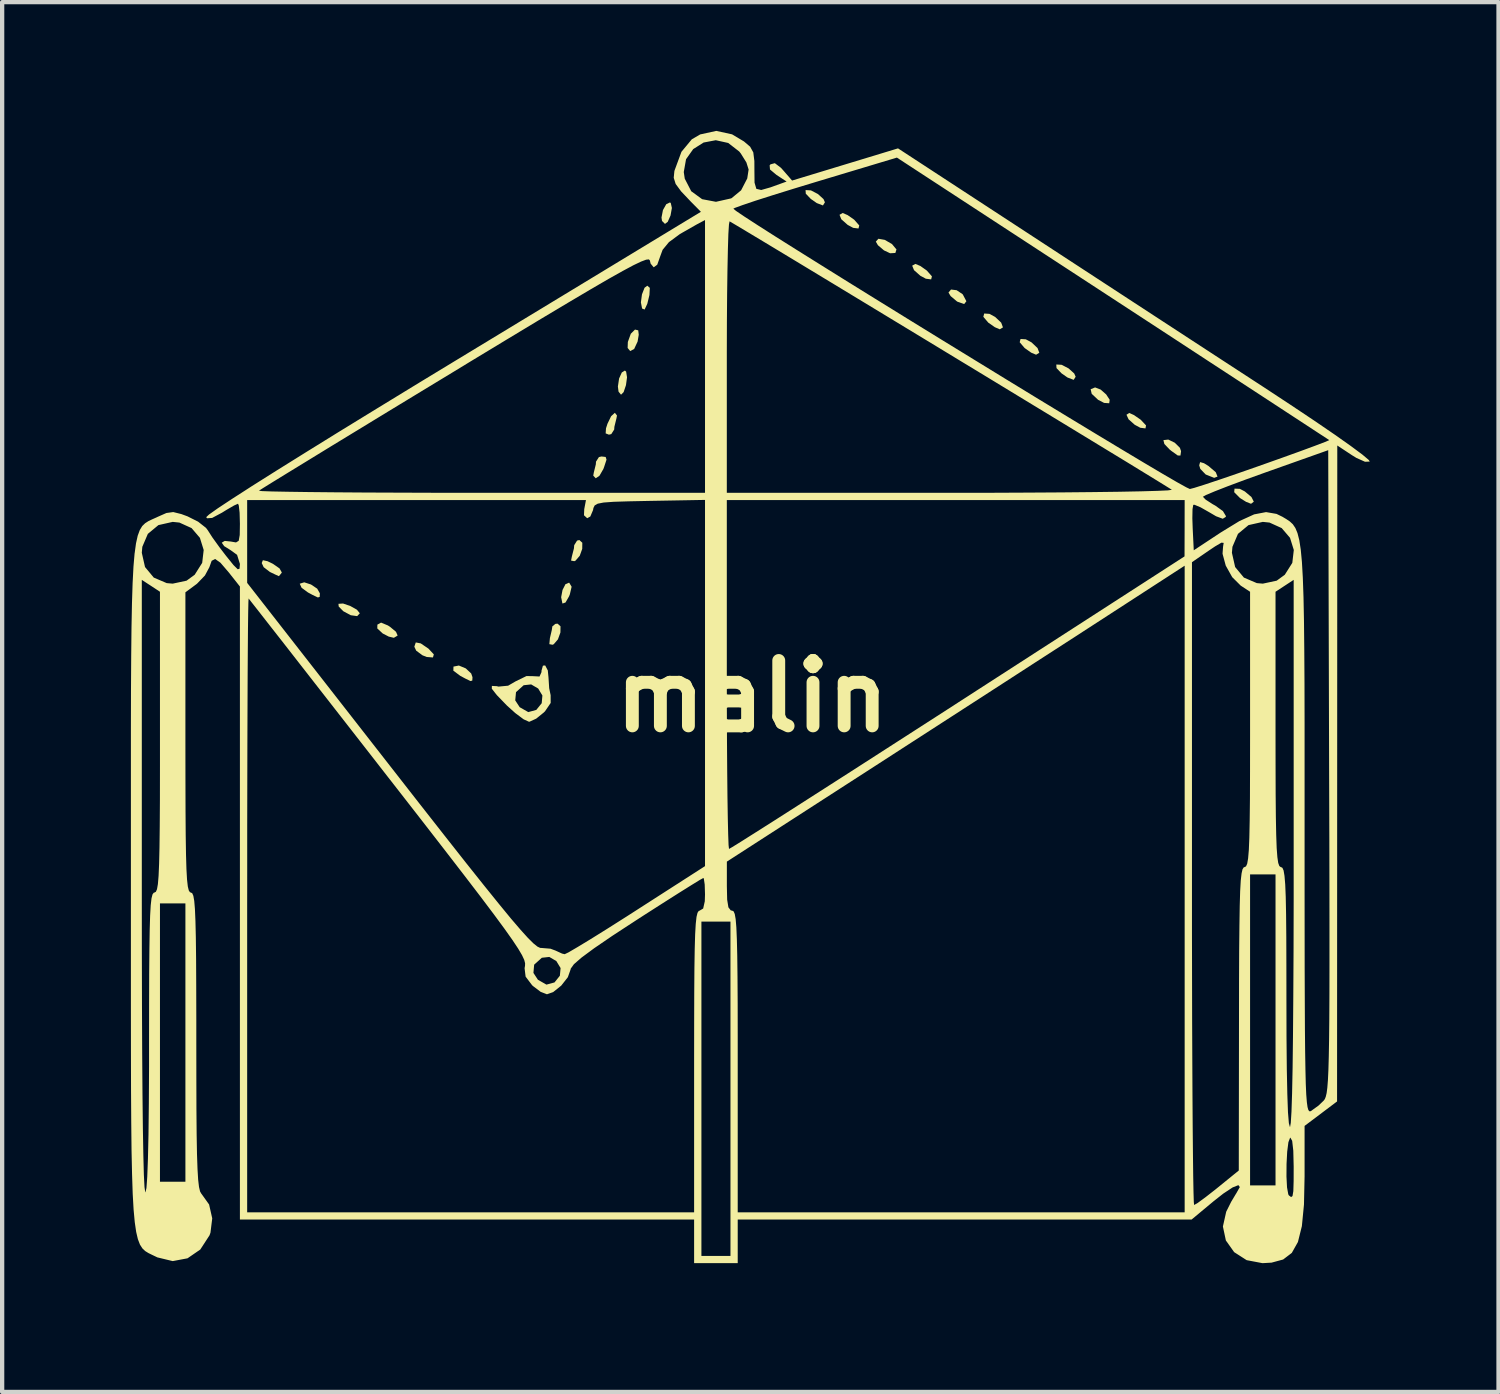
<source format=kicad_pcb>
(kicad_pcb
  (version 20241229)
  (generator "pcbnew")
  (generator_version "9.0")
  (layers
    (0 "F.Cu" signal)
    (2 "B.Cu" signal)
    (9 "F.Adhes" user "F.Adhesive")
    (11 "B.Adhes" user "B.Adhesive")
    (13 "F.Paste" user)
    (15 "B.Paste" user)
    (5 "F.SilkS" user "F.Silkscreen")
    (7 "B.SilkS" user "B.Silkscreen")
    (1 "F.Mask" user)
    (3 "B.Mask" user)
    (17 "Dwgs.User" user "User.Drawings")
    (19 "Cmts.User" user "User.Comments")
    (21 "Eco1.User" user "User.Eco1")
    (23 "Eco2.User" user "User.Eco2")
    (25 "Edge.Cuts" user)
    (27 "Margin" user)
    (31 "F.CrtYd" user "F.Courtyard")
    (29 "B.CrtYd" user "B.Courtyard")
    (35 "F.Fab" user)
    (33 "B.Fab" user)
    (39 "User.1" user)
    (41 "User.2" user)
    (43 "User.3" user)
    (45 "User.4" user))
  (footprint "malin"
    (layer "F.Cu")
    (at 14.478 13.174)
    (property "Reference" "malin" (at 0 0 0) (layer "F.SilkS") (effects (font (size 1.524 1.524) (thickness 0.3))))
    (attr board_only exclude_from_pos_files exclude_from_bom)
    (fp_poly (pts (xy -9.366 -2.104) (xy -9.211 -2.017) (xy -9.144 -1.934) (xy -9.206 -1.868) (xy -9.355 -1.889) (xy -9.53 -1.983) (xy -9.636 -2.092) (xy -9.642 -2.155) (xy -9.535 -2.162)) (stroke (width 0) (type solid)) (fill yes) (layer "F.SilkS"))
    (fp_poly (pts (xy -7.725 -1.233) (xy -7.545 -1.111) (xy -7.42 -0.977) (xy -7.44 -0.905) (xy -7.585 -0.916) (xy -7.684 -0.955) (xy -7.83 -1.063) (xy -7.874 -1.156) (xy -7.84 -1.255)) (stroke (width 0) (type solid)) (fill yes) (layer "F.SilkS"))
    (fp_poly (pts (xy -2.657 -8.527) (xy -2.645 -8.424) (xy -2.672 -8.265) (xy -2.752 -8.093) (xy -2.844 -8.044) (xy -2.904 -8.117) (xy -2.899 -8.256) (xy -2.83 -8.448) (xy -2.732 -8.545)) (stroke (width 0) (type solid)) (fill yes) (layer "F.SilkS"))
    (fp_poly (pts (xy -2.387 -9.517) (xy -2.396 -9.35) (xy -2.446 -9.145) (xy -2.508 -9.012) (xy -2.567 -9.035) (xy -2.595 -9.179) (xy -2.57 -9.365) (xy -2.51 -9.519) (xy -2.446 -9.567)) (stroke (width 0) (type solid)) (fill yes) (layer "F.SilkS"))
    (fp_poly (pts (xy 2.222 -11.212) (xy 2.375 -11.105) (xy 2.493 -10.971) (xy 2.475 -10.9) (xy 2.351 -10.915) (xy 2.223 -10.984) (xy 2.075 -11.115) (xy 2.033 -11.219) (xy 2.107 -11.261)) (stroke (width 0) (type solid)) (fill yes) (layer "F.SilkS"))
    (fp_poly (pts (xy 3.087 -10.635) (xy 3.255 -10.538) (xy 3.36 -10.412) (xy 3.334 -10.33) (xy 3.212 -10.323) (xy 3.069 -10.39) (xy 2.928 -10.51) (xy 2.879 -10.594) (xy 2.939 -10.661)) (stroke (width 0) (type solid)) (fill yes) (layer "F.SilkS"))
    (fp_poly (pts (xy 3.915 -10.027) (xy 4.068 -9.919) (xy 4.186 -9.785) (xy 4.168 -9.714) (xy 4.044 -9.73) (xy 3.916 -9.799) (xy 3.769 -9.929) (xy 3.726 -10.034) (xy 3.801 -10.075)) (stroke (width 0) (type solid)) (fill yes) (layer "F.SilkS"))
    (fp_poly (pts (xy 5.527 -8.911) (xy 5.659 -8.839) (xy 5.8 -8.706) (xy 5.841 -8.596) (xy 5.767 -8.551) (xy 5.652 -8.6) (xy 5.499 -8.707) (xy 5.384 -8.842) (xy 5.404 -8.919)) (stroke (width 0) (type solid)) (fill yes) (layer "F.SilkS"))
    (fp_poly (pts (xy 6.374 -8.318) (xy 6.506 -8.247) (xy 6.647 -8.114) (xy 6.688 -8.004) (xy 6.613 -7.959) (xy 6.499 -8.007) (xy 6.346 -8.115) (xy 6.231 -8.25) (xy 6.251 -8.326)) (stroke (width 0) (type solid)) (fill yes) (layer "F.SilkS"))
    (fp_poly (pts (xy 8.117 -7.147) (xy 8.246 -7.034) (xy 8.328 -6.909) (xy 8.317 -6.828) (xy 8.198 -6.836) (xy 8.057 -6.909) (xy 7.909 -7.048) (xy 7.884 -7.155) (xy 7.988 -7.197)) (stroke (width 0) (type solid)) (fill yes) (layer "F.SilkS"))
    (fp_poly (pts (xy -6.675 -0.65) (xy -6.549 -0.532) (xy -6.519 -0.445) (xy -6.523 -0.367) (xy -6.565 -0.355) (xy -6.689 -0.415) (xy -6.804 -0.477) (xy -6.965 -0.597) (xy -6.962 -0.692) (xy -6.836 -0.717)) (stroke (width 0) (type solid)) (fill yes) (layer "F.SilkS"))
    (fp_poly (pts (xy -2.939 -7.565) (xy -2.918 -7.433) (xy -2.943 -7.249) (xy -2.997 -7.088) (xy -3.058 -7.027) (xy -3.116 -7.099) (xy -3.131 -7.218) (xy -3.103 -7.405) (xy -3.04 -7.545) (xy -2.968 -7.59)) (stroke (width 0) (type solid)) (fill yes) (layer "F.SilkS"))
    (fp_poly (pts (xy -1.899 -11.495) (xy -1.873 -11.378) (xy -1.904 -11.204) (xy -1.97 -11.055) (xy -2.034 -11.007) (xy -2.103 -11.076) (xy -2.115 -11.155) (xy -2.081 -11.33) (xy -2.004 -11.466) (xy -1.919 -11.507)) (stroke (width 0) (type solid)) (fill yes) (layer "F.SilkS"))
    (fp_poly (pts (xy 1.367 -11.788) (xy 1.53 -11.703) (xy 1.66 -11.585) (xy 1.693 -11.51) (xy 1.647 -11.437) (xy 1.503 -11.492) (xy 1.364 -11.589) (xy 1.247 -11.711) (xy 1.242 -11.793) (xy 1.245 -11.795)) (stroke (width 0) (type solid)) (fill yes) (layer "F.SilkS"))
    (fp_poly (pts (xy 4.762 -9.462) (xy 4.898 -9.371) (xy 4.908 -9.359) (xy 4.989 -9.205) (xy 4.938 -9.14) (xy 4.785 -9.192) (xy 4.763 -9.206) (xy 4.621 -9.326) (xy 4.572 -9.408) (xy 4.631 -9.478)) (stroke (width 0) (type solid)) (fill yes) (layer "F.SilkS"))
    (fp_poly (pts (xy 7.209 -7.724) (xy 7.372 -7.639) (xy 7.502 -7.521) (xy 7.535 -7.446) (xy 7.489 -7.373) (xy 7.345 -7.428) (xy 7.206 -7.525) (xy 7.089 -7.647) (xy 7.084 -7.729) (xy 7.087 -7.731)) (stroke (width 0) (type solid)) (fill yes) (layer "F.SilkS"))
    (fp_poly (pts (xy 8.784 -6.602) (xy 8.891 -6.554) (xy 9.05 -6.445) (xy 9.175 -6.312) (xy 9.162 -6.242) (xy 9.041 -6.257) (xy 8.911 -6.327) (xy 8.768 -6.454) (xy 8.719 -6.56) (xy 8.783 -6.602)) (stroke (width 0) (type solid)) (fill yes) (layer "F.SilkS"))
    (fp_poly (pts (xy 10.525 -5.431) (xy 10.626 -5.369) (xy 10.799 -5.222) (xy 10.841 -5.119) (xy 10.762 -5.09) (xy 10.573 -5.165) (xy 10.562 -5.171) (xy 10.439 -5.299) (xy 10.414 -5.382) (xy 10.435 -5.457)) (stroke (width 0) (type solid)) (fill yes) (layer "F.SilkS"))
    (fp_poly (pts (xy 11.359 -4.834) (xy 11.477 -4.773) (xy 11.631 -4.643) (xy 11.686 -4.535) (xy 11.624 -4.487) (xy 11.618 -4.487) (xy 11.506 -4.531) (xy 11.363 -4.62) (xy 11.229 -4.756) (xy 11.237 -4.839)) (stroke (width 0) (type solid)) (fill yes) (layer "F.SilkS"))
    (fp_poly (pts (xy -10.282 -2.605) (xy -10.137 -2.508) (xy -10.075 -2.399) (xy -10.079 -2.316) (xy -10.122 -2.303) (xy -10.247 -2.363) (xy -10.353 -2.42) (xy -10.501 -2.529) (xy -10.543 -2.621) (xy -10.54 -2.625) (xy -10.439 -2.656)) (stroke (width 0) (type solid)) (fill yes) (layer "F.SilkS"))
    (fp_poly (pts (xy -8.49 -1.651) (xy -8.442 -1.62) (xy -8.301 -1.503) (xy -8.264 -1.417) (xy -8.268 -1.412) (xy -8.351 -1.363) (xy -8.47 -1.391) (xy -8.611 -1.464) (xy -8.737 -1.581) (xy -8.735 -1.67) (xy -8.649 -1.717)) (stroke (width 0) (type solid)) (fill yes) (layer "F.SilkS"))
    (fp_poly (pts (xy -4.263 -2.643) (xy -4.209 -2.553) (xy -4.25 -2.377) (xy -4.268 -2.331) (xy -4.351 -2.186) (xy -4.419 -2.162) (xy -4.425 -2.169) (xy -4.453 -2.309) (xy -4.421 -2.478) (xy -4.353 -2.612) (xy -4.27 -2.647)) (stroke (width 0) (type solid)) (fill yes) (layer "F.SilkS"))
    (fp_poly (pts (xy -3.96 -3.578) (xy -3.962 -3.435) (xy -4.02 -3.274) (xy -4.118 -3.161) (xy -4.146 -3.148) (xy -4.222 -3.162) (xy -4.204 -3.255) (xy -4.155 -3.447) (xy -4.149 -3.521) (xy -4.082 -3.628) (xy -4.029 -3.641)) (stroke (width 0) (type solid)) (fill yes) (layer "F.SilkS"))
    (fp_poly (pts (xy 9.845 -5.908) (xy 9.964 -5.79) (xy 9.991 -5.712) (xy 9.977 -5.61) (xy 9.914 -5.611) (xy 9.766 -5.717) (xy 9.725 -5.75) (xy 9.602 -5.879) (xy 9.58 -5.967) (xy 9.581 -5.969) (xy 9.694 -5.982)) (stroke (width 0) (type solid)) (fill yes) (layer "F.SilkS"))
    (fp_poly (pts (xy -11.296 -3.148) (xy -11.173 -3.089) (xy -11.015 -2.98) (xy -10.962 -2.886) (xy -10.967 -2.875) (xy -11.026 -2.802) (xy -11.033 -2.8) (xy -11.112 -2.836) (xy -11.239 -2.897) (xy -11.385 -3.009) (xy -11.43 -3.105) (xy -11.403 -3.171)) (stroke (width 0) (type solid)) (fill yes) (layer "F.SilkS"))
    (fp_poly (pts (xy -4.468 -1.631) (xy -4.47 -1.487) (xy -4.528 -1.327) (xy -4.625 -1.214) (xy -4.653 -1.201) (xy -4.728 -1.215) (xy -4.715 -1.356) (xy -4.713 -1.364) (xy -4.671 -1.544) (xy -4.658 -1.63) (xy -4.588 -1.687) (xy -4.537 -1.693)) (stroke (width 0) (type solid)) (fill yes) (layer "F.SilkS"))
    (fp_poly (pts (xy -3.416 -5.577) (xy -3.396 -5.514) (xy -3.449 -5.352) (xy -3.469 -5.297) (xy -3.561 -5.138) (xy -3.648 -5.08) (xy -3.705 -5.142) (xy -3.692 -5.214) (xy -3.645 -5.405) (xy -3.641 -5.468) (xy -3.573 -5.574) (xy -3.514 -5.588)) (stroke (width 0) (type solid)) (fill yes) (layer "F.SilkS"))
    (fp_poly (pts (xy -3.152 -6.542) (xy -3.166 -6.47) (xy -3.213 -6.279) (xy -3.217 -6.216) (xy -3.285 -6.109) (xy -3.34 -6.096) (xy -3.416 -6.126) (xy -3.408 -6.244) (xy -3.374 -6.35) (xy -3.289 -6.526) (xy -3.203 -6.604) (xy -3.2 -6.604)) (stroke (width 0) (type solid)) (fill yes) (layer "F.SilkS"))
    (fp_poly (pts (xy -4.764 -0.603) (xy -4.748 -0.439) (xy -4.732 -0.189) (xy -4.698 -0.026) (xy -4.697 0.155) (xy -4.828 0.348) (xy -4.856 0.376) (xy -5.035 0.521) (xy -5.188 0.591) (xy -5.203 0.593) (xy -5.328 0.536) (xy -5.523 0.39) (xy -5.715 0.217) (xy -5.833 0.095) (xy -5.523 0.095) (xy -5.419 0.254) (xy -5.219 0.368) (xy -5.032 0.317) (xy -4.906 0.161) (xy -4.89 -0.018) (xy -4.988 -0.181) (xy -5.152 -0.277) (xy -5.326 -0.258) (xy -5.505 -0.097) (xy -5.523 0.095) (xy -5.833 0.095) (xy -5.953 -0.029) (xy -6.069 -0.177) (xy -6.067 -0.242) (xy -5.953 -0.236) (xy -5.913 -0.226) (xy -5.689 -0.247) (xy -5.515 -0.348) (xy -5.261 -0.472) (xy -5.105 -0.469) (xy -4.957 -0.461) (xy -4.911 -0.564) (xy -4.911 -0.596) (xy -4.878 -0.714) (xy -4.825 -0.719)) (stroke (width 0) (type solid)) (fill yes) (layer "F.SilkS"))
    (fp_poly (pts (xy -0.471 -13.094) (xy -0.193 -12.928) (xy -0.05 -12.806) (xy 0.024 -12.673) (xy 0.049 -12.472) (xy 0.05 -12.255) (xy 0.053 -11.968) (xy 0.095 -11.824) (xy 0.208 -11.797) (xy 0.426 -11.859) (xy 0.506 -11.888) (xy 0.8 -11.994) (xy 0.565 -12.148) (xy 0.413 -12.275) (xy 0.405 -12.372) (xy 0.425 -12.395) (xy 0.526 -12.422) (xy 0.667 -12.315) (xy 0.724 -12.252) (xy 0.928 -12.017) (xy 2.162 -12.392) (xy 3.396 -12.767) (xy 6.376 -10.82) (xy 7.15 -10.314) (xy 7.998 -9.76) (xy 8.883 -9.182) (xy 9.767 -8.605) (xy 10.613 -8.053) (xy 11.383 -7.551) (xy 11.908 -7.209) (xy 12.537 -6.795) (xy 13.096 -6.422) (xy 13.57 -6.098) (xy 13.948 -5.831) (xy 14.217 -5.631) (xy 14.364 -5.507) (xy 14.388 -5.469) (xy 14.277 -5.465) (xy 14.077 -5.554) (xy 13.973 -5.618) (xy 13.631 -5.844) (xy 13.626 9.44) (xy 12.869 10.01) (xy 12.869 11.189) (xy 12.855 11.842) (xy 12.806 12.345) (xy 12.714 12.715) (xy 12.571 12.969) (xy 12.369 13.123) (xy 12.099 13.196) (xy 11.888 13.208) (xy 11.519 13.138) (xy 11.228 12.951) (xy 11.035 12.679) (xy 10.966 12.354) (xy 11.043 12.009) (xy 11.043 12.009) (xy 11.16 11.776) (xy 11.27 11.592) (xy 11.277 11.582) (xy 11.36 11.435) (xy 11.331 11.396) (xy 11.599 11.396) (xy 12.192 11.396) (xy 12.192 11.188) (xy 12.447 11.188) (xy 12.46 11.442) (xy 12.489 11.603) (xy 12.502 11.628) (xy 12.555 11.668) (xy 12.588 11.644) (xy 12.607 11.529) (xy 12.614 11.295) (xy 12.615 10.959) (xy 12.606 10.587) (xy 12.58 10.358) (xy 12.538 10.284) (xy 12.531 10.287) (xy 12.492 10.39) (xy 12.464 10.61) (xy 12.449 10.893) (xy 12.447 11.188) (xy 12.192 11.188) (xy 12.192 4.149) (xy 11.599 4.149) (xy 11.599 11.396) (xy 11.331 11.396) (xy 11.327 11.39) (xy 11.193 11.443) (xy 10.974 11.588) (xy 10.754 11.761) (xy 10.236 12.192) (xy -0.339 12.192) (xy -0.339 13.208) (xy -1.355 13.208) (xy -1.355 13.039) (xy -1.185 13.039) (xy -0.508 13.039) (xy -0.508 5.249) (xy -1.185 5.249) (xy -1.185 13.039) (xy -1.355 13.039) (xy -1.355 12.192) (xy -11.938 12.192) (xy -11.938 12.023) (xy -11.769 12.023) (xy -1.355 12.023) (xy -1.355 8.509) (xy -1.354 7.636) (xy -1.352 6.918) (xy -1.348 6.341) (xy -1.341 5.889) (xy -1.331 5.547) (xy -1.317 5.303) (xy -1.299 5.14) (xy -1.276 5.045) (xy -1.248 5.002) (xy -1.228 4.995) (xy -1.144 4.945) (xy -1.106 4.776) (xy -1.101 4.614) (xy -1.107 4.424) (xy -0.592 4.424) (xy -0.585 4.739) (xy -0.556 4.917) (xy -0.5 4.989) (xy -0.466 4.995) (xy -0.434 5.012) (xy -0.408 5.073) (xy -0.387 5.191) (xy -0.371 5.382) (xy -0.359 5.66) (xy -0.35 6.04) (xy -0.344 6.536) (xy -0.34 7.163) (xy -0.339 7.936) (xy -0.339 8.509) (xy -0.339 12.023) (xy 10.075 12.023) (xy 10.075 4.364) (xy 10.245 4.364) (xy 10.245 5.474) (xy 10.247 6.535) (xy 10.249 7.533) (xy 10.253 8.458) (xy 10.257 9.297) (xy 10.262 10.038) (xy 10.268 10.669) (xy 10.274 11.178) (xy 10.281 11.553) (xy 10.288 11.782) (xy 10.295 11.853) (xy 10.38 11.804) (xy 10.56 11.672) (xy 10.798 11.486) (xy 10.841 11.451) (xy 11.336 11.049) (xy 11.341 7.514) (xy 11.342 6.639) (xy 11.345 5.918) (xy 11.351 5.337) (xy 11.358 4.882) (xy 11.368 4.539) (xy 11.382 4.292) (xy 11.401 4.127) (xy 11.423 4.03) (xy 11.451 3.986) (xy 11.472 3.979) (xy 11.505 3.962) (xy 11.532 3.9) (xy 11.553 3.779) (xy 11.57 3.582) (xy 11.582 3.295) (xy 11.59 2.903) (xy 11.596 2.389) (xy 11.598 1.74) (xy 11.599 0.939) (xy 11.599 0.772) (xy 12.192 0.772) (xy 12.193 1.602) (xy 12.195 2.279) (xy 12.2 2.816) (xy 12.208 3.23) (xy 12.219 3.536) (xy 12.235 3.748) (xy 12.255 3.883) (xy 12.281 3.954) (xy 12.312 3.979) (xy 12.319 3.979) (xy 12.353 3.997) (xy 12.38 4.059) (xy 12.401 4.183) (xy 12.418 4.383) (xy 12.43 4.675) (xy 12.438 5.074) (xy 12.443 5.597) (xy 12.445 6.259) (xy 12.446 7.032) (xy 12.448 7.94) (xy 12.455 8.687) (xy 12.467 9.271) (xy 12.482 9.692) (xy 12.503 9.947) (xy 12.527 10.034) (xy 12.531 10.033) (xy 12.548 9.937) (xy 12.564 9.674) (xy 12.578 9.247) (xy 12.59 8.658) (xy 12.599 7.909) (xy 12.606 7.003) (xy 12.612 5.942) (xy 12.615 4.728) (xy 12.615 3.634) (xy 12.615 -2.713) (xy 12.404 -2.575) (xy 12.192 -2.436) (xy 12.192 0.772) (xy 11.599 0.772) (xy 11.599 -2.436) (xy 11.381 -2.579) (xy 11.183 -2.776) (xy 11.032 -3.045) (xy 10.958 -3.32) (xy 10.959 -3.344) (xy 11.176 -3.344) (xy 11.251 -3.012) (xy 11.455 -2.766) (xy 11.757 -2.637) (xy 11.896 -2.625) (xy 12.219 -2.694) (xy 12.408 -2.832) (xy 12.583 -3.109) (xy 12.618 -3.409) (xy 12.53 -3.692) (xy 12.336 -3.919) (xy 12.052 -4.048) (xy 11.896 -4.064) (xy 11.563 -3.989) (xy 11.317 -3.785) (xy 11.188 -3.483) (xy 11.176 -3.344) (xy 10.959 -3.344) (xy 10.97 -3.488) (xy 10.984 -3.575) (xy 10.932 -3.58) (xy 10.787 -3.495) (xy 10.635 -3.393) (xy 10.245 -3.125) (xy 10.245 4.364) (xy 10.075 4.364) (xy 10.075 -3.043) (xy 8.276 -1.877) (xy 7.824 -1.584) (xy 7.254 -1.215) (xy 6.591 -0.787) (xy 5.859 -0.313) (xy 5.082 0.189) (xy 4.285 0.704) (xy 3.492 1.216) (xy 2.943 1.571) (xy -0.592 3.852) (xy -0.592 4.424) (xy -1.107 4.424) (xy -1.108 4.387) (xy -1.128 4.251) (xy -1.139 4.233) (xy -1.219 4.277) (xy -1.419 4.4) (xy -1.719 4.588) (xy -2.097 4.828) (xy -2.533 5.107) (xy -2.706 5.219) (xy -3.262 5.582) (xy -3.682 5.869) (xy -3.977 6.087) (xy -4.156 6.243) (xy -4.23 6.346) (xy -4.233 6.365) (xy -4.297 6.545) (xy -4.451 6.741) (xy -4.639 6.892) (xy -4.784 6.943) (xy -4.931 6.886) (xy -5.112 6.749) (xy -5.132 6.729) (xy -5.281 6.532) (xy -5.292 6.445) (xy -5.099 6.445) (xy -4.995 6.604) (xy -4.796 6.718) (xy -4.608 6.667) (xy -4.483 6.511) (xy -4.466 6.332) (xy -4.565 6.169) (xy -4.729 6.073) (xy -4.903 6.092) (xy -5.082 6.253) (xy -5.099 6.445) (xy -5.292 6.445) (xy -5.305 6.335) (xy -5.295 6.28) (xy -5.293 6.221) (xy -5.313 6.142) (xy -5.365 6.031) (xy -5.454 5.88) (xy -5.588 5.678) (xy -5.775 5.414) (xy -6.021 5.08) (xy -6.335 4.663) (xy -6.724 4.155) (xy -7.194 3.546) (xy -7.754 2.824) (xy -8.411 1.98) (xy -8.473 1.901) (xy -9.043 1.169) (xy -9.582 0.478) (xy -10.081 -0.162) (xy -10.531 -0.739) (xy -10.923 -1.242) (xy -11.249 -1.658) (xy -11.498 -1.977) (xy -11.663 -2.187) (xy -11.733 -2.277) (xy -11.735 -2.279) (xy -11.74 -2.202) (xy -11.745 -1.967) (xy -11.75 -1.588) (xy -11.754 -1.077) (xy -11.758 -0.444) (xy -11.761 0.296) (xy -11.764 1.132) (xy -11.766 2.052) (xy -11.768 3.043) (xy -11.768 4.094) (xy -11.769 4.854) (xy -11.769 12.023) (xy -11.938 12.023) (xy -11.938 4.817) (xy -11.938 -2.558) (xy -12.005 -2.643) (xy -11.769 -2.643) (xy -8.441 1.621) (xy -7.757 2.497) (xy -7.168 3.248) (xy -6.667 3.884) (xy -6.247 4.411) (xy -5.9 4.841) (xy -5.62 5.182) (xy -5.397 5.442) (xy -5.226 5.631) (xy -5.098 5.758) (xy -5.006 5.832) (xy -4.943 5.862) (xy -4.921 5.863) (xy -4.702 5.881) (xy -4.586 5.924) (xy -4.431 5.995) (xy -4.371 6.009) (xy -4.281 5.966) (xy -4.071 5.843) (xy -3.761 5.655) (xy -3.373 5.413) (xy -2.928 5.131) (xy -2.699 4.984) (xy -1.101 3.957) (xy -1.101 -0.508) (xy -0.593 -0.508) (xy -0.592 0.303) (xy -0.589 1.061) (xy -0.584 1.748) (xy -0.578 2.348) (xy -0.57 2.846) (xy -0.561 3.224) (xy -0.552 3.466) (xy -0.542 3.556) (xy -0.541 3.556) (xy -0.463 3.511) (xy -0.255 3.382) (xy 0.074 3.174) (xy 0.511 2.897) (xy 1.046 2.555) (xy 1.666 2.158) (xy 2.362 1.712) (xy 3.122 1.223) (xy 3.935 0.7) (xy 4.789 0.15) (xy 4.791 0.148) (xy 10.072 -3.26) (xy 10.074 -3.916) (xy 10.074 -4.146) (xy 10.254 -4.146) (xy 10.262 -3.912) (xy 10.287 -3.402) (xy 10.916 -3.817) (xy 11.351 -4.083) (xy 11.694 -4.239) (xy 11.972 -4.292) (xy 12.215 -4.25) (xy 12.353 -4.183) (xy 12.445 -4.128) (xy 12.525 -4.074) (xy 12.595 -4.009) (xy 12.654 -3.922) (xy 12.704 -3.802) (xy 12.746 -3.637) (xy 12.78 -3.416) (xy 12.807 -3.129) (xy 12.828 -2.764) (xy 12.844 -2.31) (xy 12.855 -1.755) (xy 12.862 -1.089) (xy 12.867 -0.301) (xy 12.869 0.621) (xy 12.869 1.687) (xy 12.869 2.91) (xy 12.869 3.18) (xy 12.869 4.389) (xy 12.87 5.44) (xy 12.871 6.344) (xy 12.874 7.111) (xy 12.877 7.752) (xy 12.882 8.279) (xy 12.889 8.702) (xy 12.897 9.031) (xy 12.908 9.279) (xy 12.922 9.456) (xy 12.938 9.572) (xy 12.957 9.639) (xy 12.979 9.668) (xy 13.005 9.669) (xy 13.018 9.663) (xy 13.194 9.536) (xy 13.315 9.42) (xy 13.341 9.384) (xy 13.363 9.329) (xy 13.383 9.244) (xy 13.399 9.12) (xy 13.413 8.944) (xy 13.424 8.708) (xy 13.433 8.399) (xy 13.44 8.009) (xy 13.445 7.525) (xy 13.448 6.938) (xy 13.449 6.237) (xy 13.449 5.412) (xy 13.448 4.451) (xy 13.446 3.345) (xy 13.442 2.082) (xy 13.441 1.761) (xy 13.42 -5.735) (xy 11.96 -5.217) (xy 11.496 -5.05) (xy 11.093 -4.9) (xy 10.776 -4.776) (xy 10.57 -4.689) (xy 10.499 -4.649) (xy 10.566 -4.581) (xy 10.732 -4.474) (xy 10.787 -4.444) (xy 10.966 -4.316) (xy 11.036 -4.2) (xy 11.033 -4.18) (xy 10.963 -4.137) (xy 10.807 -4.195) (xy 10.652 -4.286) (xy 10.446 -4.403) (xy 10.306 -4.462) (xy 10.275 -4.461) (xy 10.258 -4.362) (xy 10.254 -4.146) (xy 10.074 -4.146) (xy 10.075 -4.572) (xy -0.593 -4.572) (xy -0.593 -0.508) (xy -1.101 -0.508) (xy -1.101 -4.576) (xy -2.392 -4.553) (xy -2.884 -4.543) (xy -3.233 -4.532) (xy -3.464 -4.515) (xy -3.601 -4.488) (xy -3.672 -4.447) (xy -3.701 -4.388) (xy -3.71 -4.339) (xy -3.773 -4.19) (xy -3.846 -4.149) (xy -3.921 -4.218) (xy -3.915 -4.36) (xy -3.875 -4.572) (xy -11.769 -4.572) (xy -11.769 -2.643) (xy -12.005 -2.643) (xy -12.199 -2.888) (xy -12.391 -3.112) (xy -12.516 -3.2) (xy -12.596 -3.157) (xy -12.65 -3.007) (xy -12.753 -2.815) (xy -12.934 -2.627) (xy -12.955 -2.61) (xy -13.208 -2.423) (xy -13.208 1.074) (xy -13.207 1.945) (xy -13.205 2.661) (xy -13.201 3.236) (xy -13.194 3.686) (xy -13.184 4.026) (xy -13.17 4.269) (xy -13.152 4.43) (xy -13.129 4.524) (xy -13.101 4.566) (xy -13.081 4.572) (xy -13.049 4.589) (xy -13.023 4.649) (xy -13.002 4.768) (xy -12.986 4.96) (xy -12.974 5.24) (xy -12.965 5.622) (xy -12.959 6.121) (xy -12.956 6.752) (xy -12.954 7.529) (xy -12.954 8.033) (xy -12.953 8.908) (xy -12.951 9.629) (xy -12.946 10.21) (xy -12.938 10.666) (xy -12.926 11.012) (xy -12.911 11.263) (xy -12.891 11.433) (xy -12.866 11.538) (xy -12.836 11.591) (xy -12.831 11.596) (xy -12.656 11.841) (xy -12.583 12.164) (xy -12.624 12.498) (xy -12.646 12.559) (xy -12.861 12.89) (xy -13.159 13.095) (xy -13.504 13.16) (xy -13.863 13.073) (xy -13.885 13.062) (xy -13.983 13.015) (xy -14.069 12.973) (xy -14.145 12.926) (xy -14.211 12.863) (xy -14.267 12.775) (xy -14.315 12.65) (xy -14.355 12.48) (xy -14.388 12.254) (xy -14.415 11.961) (xy -14.436 11.592) (xy -14.451 11.137) (xy -14.463 10.584) (xy -14.47 9.925) (xy -14.475 9.149) (xy -14.477 8.246) (xy -14.478 7.206) (xy -14.478 6.018) (xy -14.478 4.672) (xy -14.478 4.445) (xy -14.478 3.073) (xy -14.478 1.86) (xy -14.478 0.796) (xy -14.476 -0.128) (xy -14.471 -0.924) (xy -14.464 -1.602) (xy -14.453 -2.171) (xy -14.438 -2.641) (xy -14.434 -2.713) (xy -14.224 -2.713) (xy -14.224 4.448) (xy -14.223 5.903) (xy -14.22 7.193) (xy -14.215 8.318) (xy -14.208 9.276) (xy -14.199 10.067) (xy -14.188 10.691) (xy -14.176 11.147) (xy -14.161 11.435) (xy -14.144 11.554) (xy -14.139 11.557) (xy -14.116 11.458) (xy -14.105 11.311) (xy -13.801 11.311) (xy -13.208 11.311) (xy -13.208 4.826) (xy -13.801 4.826) (xy -13.801 11.311) (xy -14.105 11.311) (xy -14.097 11.196) (xy -14.081 10.776) (xy -14.068 10.203) (xy -14.06 9.485) (xy -14.055 8.627) (xy -14.055 8.038) (xy -14.054 7.172) (xy -14.052 6.46) (xy -14.047 5.889) (xy -14.04 5.443) (xy -14.03 5.107) (xy -14.016 4.867) (xy -13.998 4.709) (xy -13.975 4.617) (xy -13.946 4.577) (xy -13.928 4.572) (xy -13.896 4.555) (xy -13.87 4.495) (xy -13.849 4.376) (xy -13.833 4.185) (xy -13.821 3.907) (xy -13.812 3.526) (xy -13.806 3.03) (xy -13.802 2.402) (xy -13.801 1.628) (xy -13.801 1.068) (xy -13.801 -2.436) (xy -14.012 -2.575) (xy -14.224 -2.713) (xy -14.434 -2.713) (xy -14.418 -3.024) (xy -14.392 -3.328) (xy -14.389 -3.344) (xy -14.224 -3.344) (xy -14.149 -3.012) (xy -13.945 -2.766) (xy -13.643 -2.637) (xy -13.504 -2.625) (xy -13.181 -2.694) (xy -12.992 -2.832) (xy -12.817 -3.109) (xy -12.782 -3.409) (xy -12.87 -3.692) (xy -13.064 -3.919) (xy -13.348 -4.048) (xy -13.504 -4.064) (xy -13.837 -3.989) (xy -14.083 -3.785) (xy -14.212 -3.483) (xy -14.224 -3.344) (xy -14.389 -3.344) (xy -14.359 -3.564) (xy -14.319 -3.743) (xy -14.271 -3.873) (xy -14.214 -3.967) (xy -14.147 -4.032) (xy -14.071 -4.081) (xy -13.983 -4.123) (xy -13.884 -4.167) (xy -13.859 -4.179) (xy -13.651 -4.271) (xy -13.492 -4.293) (xy -13.303 -4.246) (xy -13.159 -4.193) (xy -12.912 -4.069) (xy -12.728 -3.924) (xy -12.686 -3.868) (xy -12.581 -3.704) (xy -12.411 -3.468) (xy -12.263 -3.275) (xy -12.087 -3.057) (xy -11.989 -2.96) (xy -11.947 -2.972) (xy -11.938 -3.078) (xy -11.938 -3.085) (xy -12.004 -3.296) (xy -12.15 -3.402) (xy -12.305 -3.499) (xy -12.361 -3.579) (xy -12.292 -3.621) (xy -12.15 -3.606) (xy -12.029 -3.585) (xy -11.966 -3.623) (xy -11.942 -3.759) (xy -11.938 -4.02) (xy -11.945 -4.276) (xy -11.964 -4.445) (xy -11.982 -4.487) (xy -12.074 -4.446) (xy -12.255 -4.341) (xy -12.355 -4.279) (xy -12.585 -4.156) (xy -12.704 -4.148) (xy -12.723 -4.174) (xy -12.658 -4.235) (xy -12.455 -4.379) (xy -12.121 -4.6) (xy -11.825 -4.79) (xy -11.494 -4.79) (xy -11.421 -4.781) (xy -11.192 -4.773) (xy -10.823 -4.766) (xy -10.327 -4.759) (xy -9.718 -4.753) (xy -9.012 -4.748) (xy -8.222 -4.745) (xy -7.362 -4.742) (xy -6.447 -4.741) (xy -6.322 -4.741) (xy -1.101 -4.741) (xy -0.593 -4.741) (xy 4.631 -4.741) (xy 5.552 -4.742) (xy 6.418 -4.746) (xy 7.216 -4.751) (xy 7.931 -4.758) (xy 8.55 -4.766) (xy 9.058 -4.776) (xy 9.44 -4.787) (xy 9.684 -4.798) (xy 9.775 -4.811) (xy 9.775 -4.813) (xy 9.695 -4.863) (xy 9.485 -4.993) (xy 9.159 -5.193) (xy 8.73 -5.456) (xy 8.212 -5.771) (xy 7.621 -6.131) (xy 6.97 -6.527) (xy 6.272 -6.951) (xy 5.544 -7.394) (xy 4.797 -7.847) (xy 4.048 -8.302) (xy 3.309 -8.75) (xy 2.595 -9.183) (xy 1.92 -9.592) (xy 1.299 -9.968) (xy 0.745 -10.303) (xy 0.272 -10.588) (xy -0.104 -10.814) (xy -0.371 -10.974) (xy -0.514 -11.058) (xy -0.529 -11.067) (xy -0.543 -10.993) (xy -0.557 -10.769) (xy -0.568 -10.411) (xy -0.578 -9.939) (xy -0.586 -9.37) (xy -0.591 -8.723) (xy -0.593 -8.016) (xy -0.593 -7.921) (xy -0.593 -4.741) (xy -1.101 -4.741) (xy -1.101 -11.097) (xy -1.291 -10.996) (xy -1.684 -10.772) (xy -1.942 -10.582) (xy -2.089 -10.403) (xy -2.145 -10.251) (xy -2.214 -10.056) (xy -2.297 -9.996) (xy -2.368 -10.081) (xy -2.386 -10.156) (xy -2.409 -10.18) (xy -2.474 -10.173) (xy -2.591 -10.129) (xy -2.769 -10.044) (xy -3.017 -9.911) (xy -3.347 -9.726) (xy -3.768 -9.481) (xy -4.29 -9.172) (xy -4.923 -8.794) (xy -5.676 -8.34) (xy -6.56 -7.805) (xy -6.929 -7.58) (xy -7.725 -7.097) (xy -8.477 -6.64) (xy -9.174 -6.215) (xy -9.803 -5.832) (xy -10.351 -5.496) (xy -10.807 -5.217) (xy -11.157 -5.002) (xy -11.389 -4.858) (xy -11.491 -4.793) (xy -11.494 -4.79) (xy -11.825 -4.79) (xy -11.663 -4.895) (xy -11.087 -5.258) (xy -10.402 -5.685) (xy -9.614 -6.173) (xy -8.73 -6.715) (xy -7.758 -7.309) (xy -6.979 -7.782) (xy -1.197 -11.289) (xy -1.269 -11.362) (xy -0.441 -11.362) (xy -0.379 -11.31) (xy -0.187 -11.18) (xy 0.123 -10.979) (xy 0.537 -10.715) (xy 1.041 -10.398) (xy 1.622 -10.035) (xy 2.265 -9.634) (xy 2.958 -9.205) (xy 3.686 -8.755) (xy 4.435 -8.294) (xy 5.193 -7.829) (xy 5.945 -7.368) (xy 6.677 -6.921) (xy 7.377 -6.496) (xy 8.029 -6.101) (xy 8.622 -5.744) (xy 9.14 -5.434) (xy 9.57 -5.179) (xy 9.899 -4.988) (xy 10.113 -4.869) (xy 10.196 -4.83) (xy 10.297 -4.856) (xy 10.532 -4.93) (xy 10.875 -5.044) (xy 11.301 -5.19) (xy 11.785 -5.359) (xy 11.87 -5.389) (xy 12.354 -5.561) (xy 12.776 -5.713) (xy 13.114 -5.838) (xy 13.343 -5.925) (xy 13.441 -5.967) (xy 13.442 -5.97) (xy 13.37 -6.018) (xy 13.166 -6.151) (xy 12.844 -6.362) (xy 12.414 -6.643) (xy 11.887 -6.988) (xy 11.276 -7.387) (xy 10.59 -7.835) (xy 9.843 -8.324) (xy 9.044 -8.846) (xy 8.395 -9.27) (xy 3.37 -12.552) (xy 1.497 -11.989) (xy 0.961 -11.826) (xy 0.478 -11.676) (xy 0.074 -11.547) (xy -0.228 -11.445) (xy -0.405 -11.38) (xy -0.441 -11.362) (xy -1.269 -11.362) (xy -1.424 -11.518) (xy -1.657 -11.764) (xy -1.785 -11.938) (xy -1.83 -12.081) (xy -1.817 -12.215) (xy -1.596 -12.215) (xy -1.573 -12.061) (xy -1.422 -11.768) (xy -1.168 -11.583) (xy -0.846 -11.522) (xy -0.495 -11.601) (xy -0.479 -11.609) (xy -0.26 -11.79) (xy -0.117 -12.066) (xy -0.085 -12.274) (xy -0.137 -12.439) (xy -0.266 -12.646) (xy -0.304 -12.694) (xy -0.561 -12.893) (xy -0.85 -12.957) (xy -1.134 -12.903) (xy -1.376 -12.75) (xy -1.543 -12.514) (xy -1.596 -12.215) (xy -1.817 -12.215) (xy -1.815 -12.234) (xy -1.81 -12.254) (xy -1.65 -12.687) (xy -1.409 -12.978) (xy -1.213 -13.092) (xy -0.838 -13.174)) (stroke (width 0) (type solid)) (fill yes) (layer "F.SilkS")))
  (gr_rect
    (start -3 -3)
    (end 31.866 29.382)
    (stroke (width 0.1) (type default))
    (fill no)
    (layer "Edge.Cuts")))
</source>
